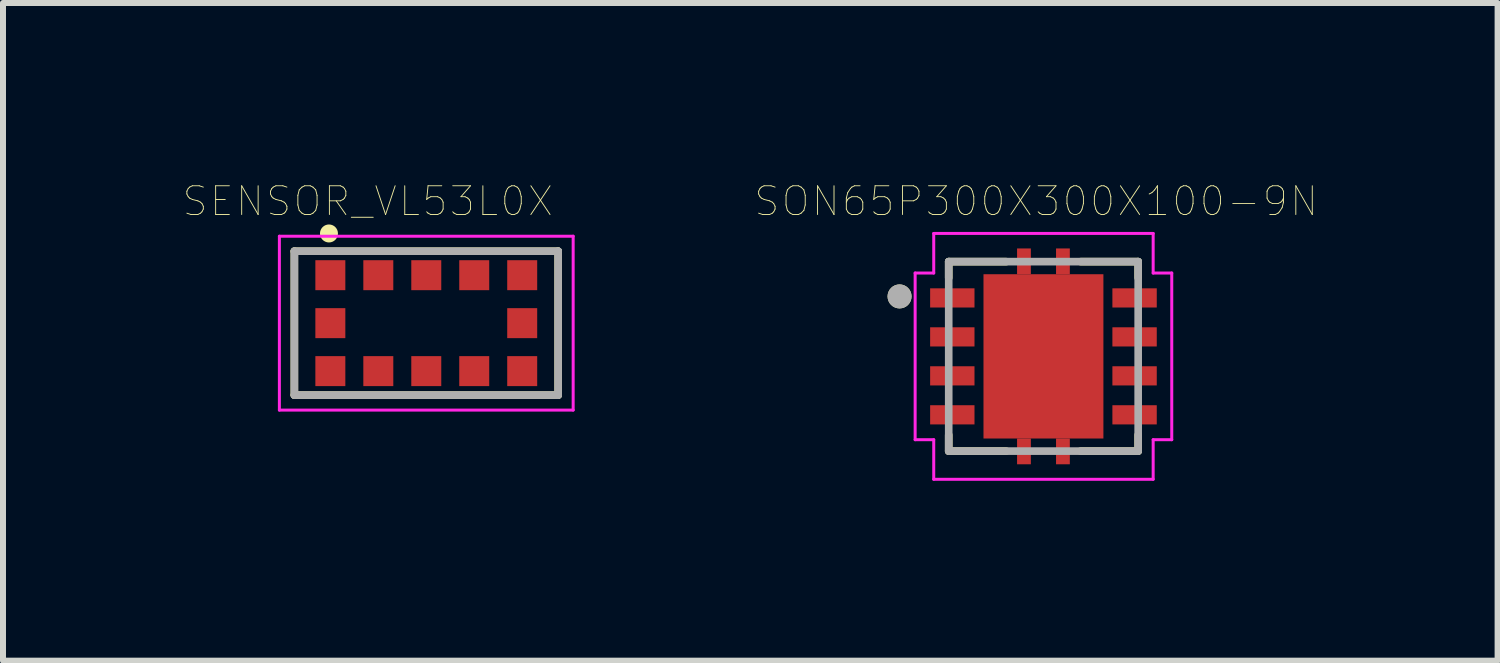
<source format=kicad_pcb>
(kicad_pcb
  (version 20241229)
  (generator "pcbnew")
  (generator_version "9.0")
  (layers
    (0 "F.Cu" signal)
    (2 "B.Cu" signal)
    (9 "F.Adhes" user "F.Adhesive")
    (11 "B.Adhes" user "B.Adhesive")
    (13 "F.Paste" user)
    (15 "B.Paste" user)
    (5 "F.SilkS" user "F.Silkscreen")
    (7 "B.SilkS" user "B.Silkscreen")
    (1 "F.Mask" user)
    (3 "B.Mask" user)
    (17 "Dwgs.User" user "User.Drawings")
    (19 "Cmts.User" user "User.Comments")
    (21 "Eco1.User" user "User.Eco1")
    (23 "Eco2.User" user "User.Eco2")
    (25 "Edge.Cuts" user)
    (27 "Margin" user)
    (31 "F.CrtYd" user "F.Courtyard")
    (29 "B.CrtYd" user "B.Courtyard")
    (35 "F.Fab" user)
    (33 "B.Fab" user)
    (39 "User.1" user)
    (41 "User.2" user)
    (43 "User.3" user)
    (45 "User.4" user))
  (footprint "SENSOR_VL53L0X"
    (layer "F.Cu")
    (at 4.06 2.34)
    (property "Reference" "SENSOR_VL53L0X" (at -0.976 -2.033 0) (layer "F.SilkS") (effects (font (size 0.48 0.48) (thickness 0.015))))
    (attr through_hole)
    (fp_line (start -2.2 -1.2) (end -2.2 1.2) (stroke (width 0.127) (type solid)) (layer "F.SilkS"))
    (fp_line (start -2.2 1.2) (end 2.2 1.2) (stroke (width 0.127) (type solid)) (layer "F.SilkS"))
    (fp_line (start 2.2 -1.2) (end -2.2 -1.2) (stroke (width 0.127) (type solid)) (layer "F.SilkS"))
    (fp_line (start 2.2 1.2) (end 2.2 -1.2) (stroke (width 0.127) (type solid)) (layer "F.SilkS"))
    (fp_circle (center -1.623 -1.496) (end -1.548 -1.496) (stroke (width 0.15) (type solid)) (fill no) (layer "F.SilkS"))
    (fp_line (start -2.45 -1.45) (end -2.45 1.45) (stroke (width 0.05) (type solid)) (layer "F.CrtYd"))
    (fp_line (start -2.45 1.45) (end 2.45 1.45) (stroke (width 0.05) (type solid)) (layer "F.CrtYd"))
    (fp_line (start 2.45 -1.45) (end -2.45 -1.45) (stroke (width 0.05) (type solid)) (layer "F.CrtYd"))
    (fp_line (start 2.45 1.45) (end 2.45 -1.45) (stroke (width 0.05) (type solid)) (layer "F.CrtYd"))
    (fp_line (start -2.2 -1.2) (end -2.2 1.2) (stroke (width 0.127) (type solid)) (layer "F.Fab"))
    (fp_line (start -2.2 1.2) (end 2.2 1.2) (stroke (width 0.127) (type solid)) (layer "F.Fab"))
    (fp_line (start 2.2 -1.2) (end -2.2 -1.2) (stroke (width 0.127) (type solid)) (layer "F.Fab"))
    (fp_line (start 2.2 1.2) (end 2.2 -1.2) (stroke (width 0.127) (type solid)) (layer "F.Fab"))
    (pad "1" smd rect (at -1.6 -0.8) (size 0.5 0.5) (layers "F.Cu" "F.Mask" "F.Paste"))
    (pad "2" smd rect (at -0.8 -0.8) (size 0.5 0.5) (layers "F.Cu" "F.Mask" "F.Paste"))
    (pad "3" smd rect (at 0 -0.8) (size 0.5 0.5) (layers "F.Cu" "F.Mask" "F.Paste"))
    (pad "4" smd rect (at 0.8 -0.8) (size 0.5 0.5) (layers "F.Cu" "F.Mask" "F.Paste"))
    (pad "5" smd rect (at 1.6 -0.8) (size 0.5 0.5) (layers "F.Cu" "F.Mask" "F.Paste"))
    (pad "6" smd rect (at 1.6 0) (size 0.5 0.5) (layers "F.Cu" "F.Mask" "F.Paste"))
    (pad "7" smd rect (at 1.6 0.8) (size 0.5 0.5) (layers "F.Cu" "F.Mask" "F.Paste"))
    (pad "8" smd rect (at 0.8 0.8) (size 0.5 0.5) (layers "F.Cu" "F.Mask" "F.Paste"))
    (pad "9" smd rect (at 0 0.8) (size 0.5 0.5) (layers "F.Cu" "F.Mask" "F.Paste"))
    (pad "10" smd rect (at -0.8 0.8) (size 0.5 0.5) (layers "F.Cu" "F.Mask" "F.Paste"))
    (pad "11" smd rect (at -1.6 0.8) (size 0.5 0.5) (layers "F.Cu" "F.Mask" "F.Paste"))
    (pad "12" smd rect (at -1.6 0) (size 0.5 0.5) (layers "F.Cu" "F.Mask" "F.Paste")))
  (footprint "SON65P300X300X100-9N"
    (layer "F.Cu")
    (at 14.354 2.894)
    (property "Reference" "SON65P300X300X100-9N" (at -0.122 -2.587 0) (layer "F.SilkS") (effects (font (size 0.48 0.48) (thickness 0.015))))
    (attr through_hole)
    (fp_line (start -1.58 -1.58) (end -0.62 -1.58) (stroke (width 0.127) (type solid)) (layer "F.SilkS"))
    (fp_line (start -1.58 -1.31) (end -1.58 -1.58) (stroke (width 0.127) (type solid)) (layer "F.SilkS"))
    (fp_line (start -1.58 1.31) (end -1.58 1.58) (stroke (width 0.127) (type solid)) (layer "F.SilkS"))
    (fp_line (start -1.58 1.58) (end -0.62 1.58) (stroke (width 0.127) (type solid)) (layer "F.SilkS"))
    (fp_line (start 0.62 -1.58) (end 1.58 -1.58) (stroke (width 0.127) (type solid)) (layer "F.SilkS"))
    (fp_line (start 0.62 1.58) (end 1.58 1.58) (stroke (width 0.127) (type solid)) (layer "F.SilkS"))
    (fp_line (start 1.58 -1.58) (end 1.58 -1.31) (stroke (width 0.127) (type solid)) (layer "F.SilkS"))
    (fp_line (start 1.58 1.58) (end 1.58 1.31) (stroke (width 0.127) (type solid)) (layer "F.SilkS"))
    (fp_circle (center -2.4 -1) (end -2.3 -1) (stroke (width 0.2) (type solid)) (fill no) (layer "F.SilkS"))
    (fp_poly (pts (xy -0.735 0.105) (xy -0.105 0.105) (xy -0.105 1.105) (xy -0.735 1.105)) (stroke (width 0.01) (type solid)) (fill yes) (layer "F.Paste"))
    (fp_poly (pts (xy -0.735 -1.105) (xy -0.105 -1.105) (xy -0.105 -0.105) (xy -0.735 -0.105)) (stroke (width 0.01) (type solid)) (fill yes) (layer "F.Paste"))
    (fp_poly (pts (xy 0.105 -1.105) (xy 0.735 -1.105) (xy 0.735 -0.105) (xy 0.105 -0.105)) (stroke (width 0.01) (type solid)) (fill yes) (layer "F.Paste"))
    (fp_poly (pts (xy 0.105 0.105) (xy 0.735 0.105) (xy 0.735 1.106) (xy 0.105 1.106)) (stroke (width 0.01) (type solid)) (fill yes) (layer "F.Paste"))
    (fp_line (start -2.14 -1.39) (end -1.83 -1.39) (stroke (width 0.05) (type solid)) (layer "F.CrtYd"))
    (fp_line (start -2.14 1.39) (end -2.14 -1.39) (stroke (width 0.05) (type solid)) (layer "F.CrtYd"))
    (fp_line (start -1.83 -2.05) (end 1.83 -2.05) (stroke (width 0.05) (type solid)) (layer "F.CrtYd"))
    (fp_line (start -1.83 -1.39) (end -1.83 -2.05) (stroke (width 0.05) (type solid)) (layer "F.CrtYd"))
    (fp_line (start -1.83 1.39) (end -2.14 1.39) (stroke (width 0.05) (type solid)) (layer "F.CrtYd"))
    (fp_line (start -1.83 2.05) (end -1.83 1.39) (stroke (width 0.05) (type solid)) (layer "F.CrtYd"))
    (fp_line (start 1.83 -2.05) (end 1.83 -1.39) (stroke (width 0.05) (type solid)) (layer "F.CrtYd"))
    (fp_line (start 1.83 -1.39) (end 2.14 -1.39) (stroke (width 0.05) (type solid)) (layer "F.CrtYd"))
    (fp_line (start 1.83 1.39) (end 1.83 2.05) (stroke (width 0.05) (type solid)) (layer "F.CrtYd"))
    (fp_line (start 1.83 2.05) (end -1.83 2.05) (stroke (width 0.05) (type solid)) (layer "F.CrtYd"))
    (fp_line (start 2.14 -1.39) (end 2.14 1.39) (stroke (width 0.05) (type solid)) (layer "F.CrtYd"))
    (fp_line (start 2.14 1.39) (end 1.83 1.39) (stroke (width 0.05) (type solid)) (layer "F.CrtYd"))
    (fp_line (start -1.58 -1.58) (end 1.58 -1.58) (stroke (width 0.127) (type solid)) (layer "F.Fab"))
    (fp_line (start -1.58 1.58) (end -1.58 -1.58) (stroke (width 0.127) (type solid)) (layer "F.Fab"))
    (fp_line (start 1.58 -1.58) (end 1.58 1.58) (stroke (width 0.127) (type solid)) (layer "F.Fab"))
    (fp_line (start 1.58 1.58) (end -1.58 1.58) (stroke (width 0.127) (type solid)) (layer "F.Fab"))
    (fp_circle (center -2.4 -1) (end -2.3 -1) (stroke (width 0.2) (type solid)) (fill no) (layer "F.Fab"))
    (pad "1" smd rect (at -1.52 -0.975) (size 0.74 0.32) (layers "F.Cu" "F.Mask" "F.Paste"))
    (pad "2" smd rect (at -1.52 -0.325) (size 0.74 0.32) (layers "F.Cu" "F.Mask" "F.Paste"))
    (pad "3" smd rect (at -1.52 0.325) (size 0.74 0.32) (layers "F.Cu" "F.Mask" "F.Paste"))
    (pad "4" smd rect (at -1.52 0.975) (size 0.74 0.32) (layers "F.Cu" "F.Mask" "F.Paste"))
    (pad "5" smd rect (at 1.52 0.975) (size 0.74 0.32) (layers "F.Cu" "F.Mask" "F.Paste"))
    (pad "6" smd rect (at 1.52 0.325) (size 0.74 0.32) (layers "F.Cu" "F.Mask" "F.Paste"))
    (pad "7" smd rect (at 1.52 -0.325) (size 0.74 0.32) (layers "F.Cu" "F.Mask" "F.Paste"))
    (pad "8" smd rect (at 1.52 -0.975) (size 0.74 0.32) (layers "F.Cu" "F.Mask" "F.Paste"))
    (pad "9" smd rect (at 0 0) (size 2 2.74) (layers "F.Cu" "F.Mask"))
    (pad "9_1" smd rect (at -0.325 -1.585) (size 0.23 0.43) (layers "F.Cu" "F.Mask" "F.Paste"))
    (pad "9_2" smd rect (at 0.325 -1.585) (size 0.23 0.43) (layers "F.Cu" "F.Mask" "F.Paste"))
    (pad "9_3" smd rect (at -0.325 1.585) (size 0.23 0.43) (layers "F.Cu" "F.Mask" "F.Paste"))
    (pad "9_4" smd rect (at 0.325 1.585) (size 0.23 0.43) (layers "F.Cu" "F.Mask" "F.Paste")))
  (gr_rect
    (start -3 -3)
    (end 21.929 7.969)
    (stroke (width 0.1) (type default))
    (fill no)
    (layer "Edge.Cuts")))
</source>
